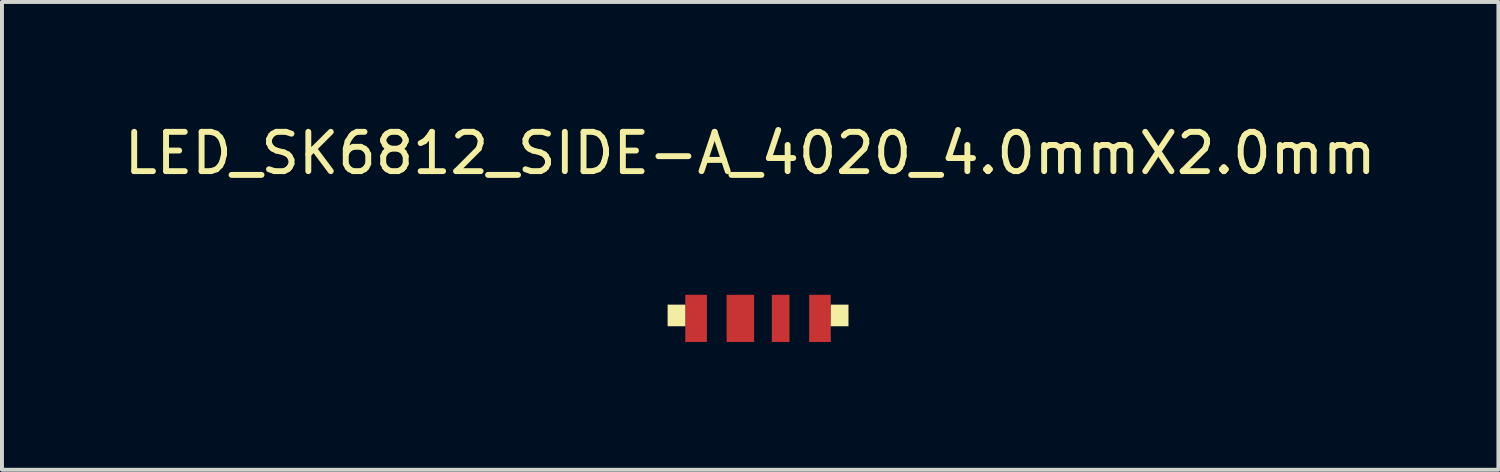
<source format=kicad_pcb>
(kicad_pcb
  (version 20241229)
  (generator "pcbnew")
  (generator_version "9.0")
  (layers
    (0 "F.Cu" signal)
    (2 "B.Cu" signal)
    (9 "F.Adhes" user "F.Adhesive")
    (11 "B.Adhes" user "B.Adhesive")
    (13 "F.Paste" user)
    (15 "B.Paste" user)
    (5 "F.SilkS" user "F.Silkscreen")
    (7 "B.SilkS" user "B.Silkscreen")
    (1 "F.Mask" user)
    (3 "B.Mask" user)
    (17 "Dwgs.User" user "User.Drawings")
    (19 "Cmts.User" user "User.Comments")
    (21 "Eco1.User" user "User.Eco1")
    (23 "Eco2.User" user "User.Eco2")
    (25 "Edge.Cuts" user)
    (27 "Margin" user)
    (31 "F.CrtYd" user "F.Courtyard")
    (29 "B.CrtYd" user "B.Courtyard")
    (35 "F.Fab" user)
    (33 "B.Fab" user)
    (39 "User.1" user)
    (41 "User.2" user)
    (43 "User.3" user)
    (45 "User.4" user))
  (footprint "LED_SK6812_SIDE-A_4020_4.0mmX2.0mm"
    (layer "F.Cu")
    (at 16.13 5.648)
    (property "Reference" "LED_SK6812_SIDE-A_4020_4.0mmX2.0mm" (at -0.1 -4.8 0) (layer "F.SilkS") (effects (font (size 1 1) (thickness 0.15))))
    (attr through_hole)
    (fp_poly (pts (xy -1.75 -0.4) (xy -2.2 -0.4) (xy -2.2 -0.95) (xy -1.75 -0.95)) (stroke (width 0) (type solid)) (fill yes) (layer "F.SilkS"))
    (fp_poly (pts (xy 2.4 -0.4) (xy 1.95 -0.4) (xy 1.95 -0.95) (xy 2.4 -0.95)) (stroke (width 0) (type solid)) (fill yes) (layer "F.SilkS"))
    (pad "1" smd custom (at -1.475 -0.6) (size 0.55 1.2) (layers "F.Cu" "F.Mask" "F.Paste") (options (anchor rect)) (primitives))
    (pad "1" smd rect (at 1.675 -0.6) (size 0.55 1.2) (layers "F.Cu" "F.Mask" "F.Paste"))
    (pad "2" smd rect (at -0.35 -0.6) (size 0.7 1.2) (layers "F.Cu" "F.Mask" "F.Paste"))
    (pad "3" smd rect (at 0.675 -0.6) (size 0.45 1.2) (layers "F.Cu" "F.Mask" "F.Paste")))
  (gr_rect
    (start -3 -3)
    (end 35.06 8.898)
    (stroke (width 0.1) (type default))
    (fill no)
    (layer "Edge.Cuts")))
</source>
